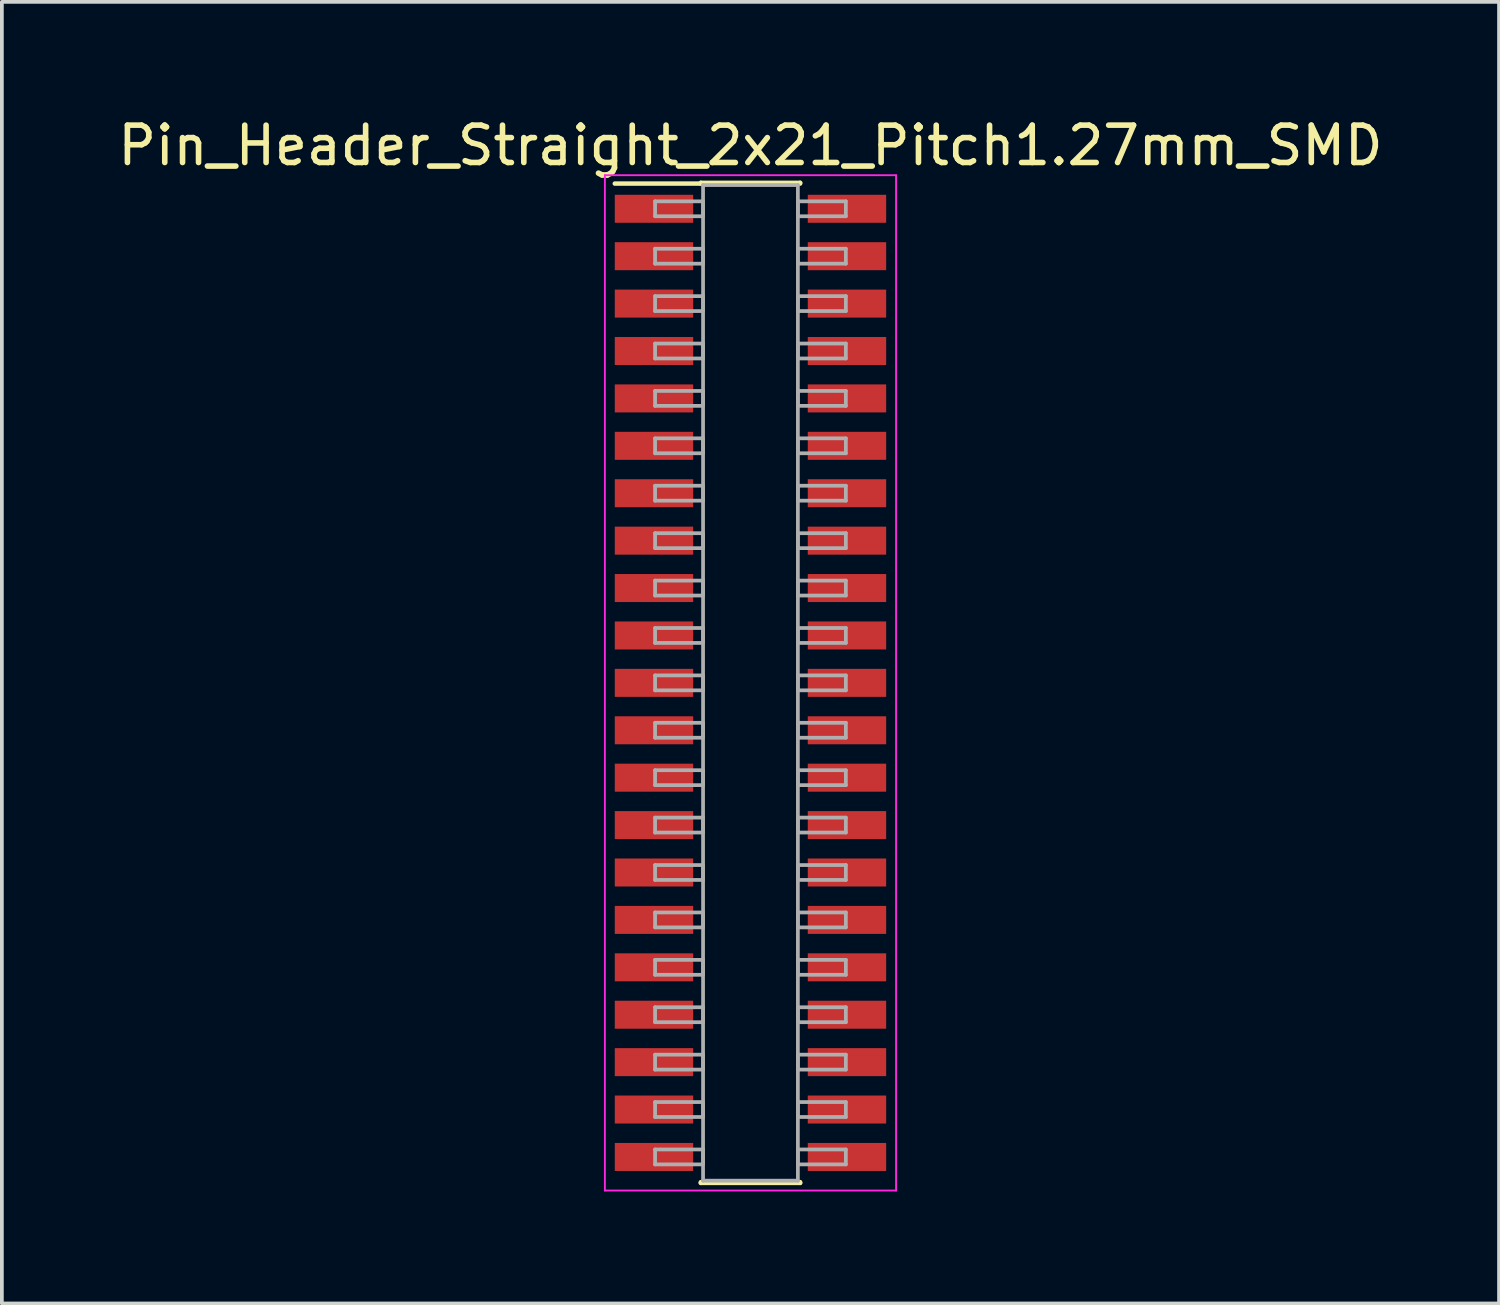
<source format=kicad_pcb>
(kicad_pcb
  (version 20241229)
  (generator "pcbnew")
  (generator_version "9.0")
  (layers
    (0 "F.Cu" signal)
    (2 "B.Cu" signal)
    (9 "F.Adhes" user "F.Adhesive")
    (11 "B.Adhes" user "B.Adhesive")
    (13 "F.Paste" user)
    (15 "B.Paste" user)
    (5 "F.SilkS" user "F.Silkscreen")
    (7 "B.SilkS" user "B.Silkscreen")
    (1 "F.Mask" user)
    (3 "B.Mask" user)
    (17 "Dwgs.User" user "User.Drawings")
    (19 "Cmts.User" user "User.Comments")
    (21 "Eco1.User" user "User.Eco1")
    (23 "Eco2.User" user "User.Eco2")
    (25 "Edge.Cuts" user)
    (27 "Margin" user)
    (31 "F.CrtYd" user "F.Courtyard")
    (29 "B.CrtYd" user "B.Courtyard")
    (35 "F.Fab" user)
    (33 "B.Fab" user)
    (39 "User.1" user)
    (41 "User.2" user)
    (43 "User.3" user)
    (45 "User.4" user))
  (footprint "Pin_Header_Straight_2x21_Pitch1.27mm_SMD"
    (layer "F.Cu")
    (at 17.054 15.243)
    (property "Reference" "Pin_Header_Straight_2x21_Pitch1.27mm_SMD" (at 0 -14.395 0) (layer "F.SilkS") (effects (font (size 1 1) (thickness 0.15))))
    (attr smd)
    (fp_line (start -3.635 -13.375) (end -1.33 -13.375) (stroke (width 0.12) (type solid)) (layer "F.SilkS"))
    (fp_line (start -1.33 -13.395) (end 1.33 -13.395) (stroke (width 0.12) (type solid)) (layer "F.SilkS"))
    (fp_line (start -1.33 -13.375) (end -1.33 -13.395) (stroke (width 0.12) (type solid)) (layer "F.SilkS"))
    (fp_line (start -1.33 13.375) (end -1.33 13.395) (stroke (width 0.12) (type solid)) (layer "F.SilkS"))
    (fp_line (start -1.33 13.395) (end 1.33 13.395) (stroke (width 0.12) (type solid)) (layer "F.SilkS"))
    (fp_line (start 1.33 -13.395) (end 1.33 -13.375) (stroke (width 0.12) (type solid)) (layer "F.SilkS"))
    (fp_line (start 1.33 13.395) (end 1.33 13.375) (stroke (width 0.12) (type solid)) (layer "F.SilkS"))
    (fp_line (start -3.9 -13.6) (end -3.9 13.6) (stroke (width 0.05) (type solid)) (layer "F.CrtYd"))
    (fp_line (start -3.9 13.6) (end 3.9 13.6) (stroke (width 0.05) (type solid)) (layer "F.CrtYd"))
    (fp_line (start 3.9 -13.6) (end -3.9 -13.6) (stroke (width 0.05) (type solid)) (layer "F.CrtYd"))
    (fp_line (start 3.9 13.6) (end 3.9 -13.6) (stroke (width 0.05) (type solid)) (layer "F.CrtYd"))
    (fp_line (start -2.555 -12.9) (end -1.27 -12.9) (stroke (width 0.1) (type solid)) (layer "F.Fab"))
    (fp_line (start -2.555 -12.5) (end -2.555 -12.9) (stroke (width 0.1) (type solid)) (layer "F.Fab"))
    (fp_line (start -2.555 -11.63) (end -1.27 -11.63) (stroke (width 0.1) (type solid)) (layer "F.Fab"))
    (fp_line (start -2.555 -11.23) (end -2.555 -11.63) (stroke (width 0.1) (type solid)) (layer "F.Fab"))
    (fp_line (start -2.555 -10.36) (end -1.27 -10.36) (stroke (width 0.1) (type solid)) (layer "F.Fab"))
    (fp_line (start -2.555 -9.96) (end -2.555 -10.36) (stroke (width 0.1) (type solid)) (layer "F.Fab"))
    (fp_line (start -2.555 -9.09) (end -1.27 -9.09) (stroke (width 0.1) (type solid)) (layer "F.Fab"))
    (fp_line (start -2.555 -8.69) (end -2.555 -9.09) (stroke (width 0.1) (type solid)) (layer "F.Fab"))
    (fp_line (start -2.555 -7.82) (end -1.27 -7.82) (stroke (width 0.1) (type solid)) (layer "F.Fab"))
    (fp_line (start -2.555 -7.42) (end -2.555 -7.82) (stroke (width 0.1) (type solid)) (layer "F.Fab"))
    (fp_line (start -2.555 -6.55) (end -1.27 -6.55) (stroke (width 0.1) (type solid)) (layer "F.Fab"))
    (fp_line (start -2.555 -6.15) (end -2.555 -6.55) (stroke (width 0.1) (type solid)) (layer "F.Fab"))
    (fp_line (start -2.555 -5.28) (end -1.27 -5.28) (stroke (width 0.1) (type solid)) (layer "F.Fab"))
    (fp_line (start -2.555 -4.88) (end -2.555 -5.28) (stroke (width 0.1) (type solid)) (layer "F.Fab"))
    (fp_line (start -2.555 -4.01) (end -1.27 -4.01) (stroke (width 0.1) (type solid)) (layer "F.Fab"))
    (fp_line (start -2.555 -3.61) (end -2.555 -4.01) (stroke (width 0.1) (type solid)) (layer "F.Fab"))
    (fp_line (start -2.555 -2.74) (end -1.27 -2.74) (stroke (width 0.1) (type solid)) (layer "F.Fab"))
    (fp_line (start -2.555 -2.34) (end -2.555 -2.74) (stroke (width 0.1) (type solid)) (layer "F.Fab"))
    (fp_line (start -2.555 -1.47) (end -1.27 -1.47) (stroke (width 0.1) (type solid)) (layer "F.Fab"))
    (fp_line (start -2.555 -1.07) (end -2.555 -1.47) (stroke (width 0.1) (type solid)) (layer "F.Fab"))
    (fp_line (start -2.555 -0.2) (end -1.27 -0.2) (stroke (width 0.1) (type solid)) (layer "F.Fab"))
    (fp_line (start -2.555 0.2) (end -2.555 -0.2) (stroke (width 0.1) (type solid)) (layer "F.Fab"))
    (fp_line (start -2.555 1.07) (end -1.27 1.07) (stroke (width 0.1) (type solid)) (layer "F.Fab"))
    (fp_line (start -2.555 1.47) (end -2.555 1.07) (stroke (width 0.1) (type solid)) (layer "F.Fab"))
    (fp_line (start -2.555 2.34) (end -1.27 2.34) (stroke (width 0.1) (type solid)) (layer "F.Fab"))
    (fp_line (start -2.555 2.74) (end -2.555 2.34) (stroke (width 0.1) (type solid)) (layer "F.Fab"))
    (fp_line (start -2.555 3.61) (end -1.27 3.61) (stroke (width 0.1) (type solid)) (layer "F.Fab"))
    (fp_line (start -2.555 4.01) (end -2.555 3.61) (stroke (width 0.1) (type solid)) (layer "F.Fab"))
    (fp_line (start -2.555 4.88) (end -1.27 4.88) (stroke (width 0.1) (type solid)) (layer "F.Fab"))
    (fp_line (start -2.555 5.28) (end -2.555 4.88) (stroke (width 0.1) (type solid)) (layer "F.Fab"))
    (fp_line (start -2.555 6.15) (end -1.27 6.15) (stroke (width 0.1) (type solid)) (layer "F.Fab"))
    (fp_line (start -2.555 6.55) (end -2.555 6.15) (stroke (width 0.1) (type solid)) (layer "F.Fab"))
    (fp_line (start -2.555 7.42) (end -1.27 7.42) (stroke (width 0.1) (type solid)) (layer "F.Fab"))
    (fp_line (start -2.555 7.82) (end -2.555 7.42) (stroke (width 0.1) (type solid)) (layer "F.Fab"))
    (fp_line (start -2.555 8.69) (end -1.27 8.69) (stroke (width 0.1) (type solid)) (layer "F.Fab"))
    (fp_line (start -2.555 9.09) (end -2.555 8.69) (stroke (width 0.1) (type solid)) (layer "F.Fab"))
    (fp_line (start -2.555 9.96) (end -1.27 9.96) (stroke (width 0.1) (type solid)) (layer "F.Fab"))
    (fp_line (start -2.555 10.36) (end -2.555 9.96) (stroke (width 0.1) (type solid)) (layer "F.Fab"))
    (fp_line (start -2.555 11.23) (end -1.27 11.23) (stroke (width 0.1) (type solid)) (layer "F.Fab"))
    (fp_line (start -2.555 11.63) (end -2.555 11.23) (stroke (width 0.1) (type solid)) (layer "F.Fab"))
    (fp_line (start -2.555 12.5) (end -1.27 12.5) (stroke (width 0.1) (type solid)) (layer "F.Fab"))
    (fp_line (start -2.555 12.9) (end -2.555 12.5) (stroke (width 0.1) (type solid)) (layer "F.Fab"))
    (fp_line (start -1.27 -13.335) (end -1.27 13.335) (stroke (width 0.1) (type solid)) (layer "F.Fab"))
    (fp_line (start -1.27 -12.9) (end -1.27 -12.5) (stroke (width 0.1) (type solid)) (layer "F.Fab"))
    (fp_line (start -1.27 -12.5) (end -2.555 -12.5) (stroke (width 0.1) (type solid)) (layer "F.Fab"))
    (fp_line (start -1.27 -11.63) (end -1.27 -11.23) (stroke (width 0.1) (type solid)) (layer "F.Fab"))
    (fp_line (start -1.27 -11.23) (end -2.555 -11.23) (stroke (width 0.1) (type solid)) (layer "F.Fab"))
    (fp_line (start -1.27 -10.36) (end -1.27 -9.96) (stroke (width 0.1) (type solid)) (layer "F.Fab"))
    (fp_line (start -1.27 -9.96) (end -2.555 -9.96) (stroke (width 0.1) (type solid)) (layer "F.Fab"))
    (fp_line (start -1.27 -9.09) (end -1.27 -8.69) (stroke (width 0.1) (type solid)) (layer "F.Fab"))
    (fp_line (start -1.27 -8.69) (end -2.555 -8.69) (stroke (width 0.1) (type solid)) (layer "F.Fab"))
    (fp_line (start -1.27 -7.82) (end -1.27 -7.42) (stroke (width 0.1) (type solid)) (layer "F.Fab"))
    (fp_line (start -1.27 -7.42) (end -2.555 -7.42) (stroke (width 0.1) (type solid)) (layer "F.Fab"))
    (fp_line (start -1.27 -6.55) (end -1.27 -6.15) (stroke (width 0.1) (type solid)) (layer "F.Fab"))
    (fp_line (start -1.27 -6.15) (end -2.555 -6.15) (stroke (width 0.1) (type solid)) (layer "F.Fab"))
    (fp_line (start -1.27 -5.28) (end -1.27 -4.88) (stroke (width 0.1) (type solid)) (layer "F.Fab"))
    (fp_line (start -1.27 -4.88) (end -2.555 -4.88) (stroke (width 0.1) (type solid)) (layer "F.Fab"))
    (fp_line (start -1.27 -4.01) (end -1.27 -3.61) (stroke (width 0.1) (type solid)) (layer "F.Fab"))
    (fp_line (start -1.27 -3.61) (end -2.555 -3.61) (stroke (width 0.1) (type solid)) (layer "F.Fab"))
    (fp_line (start -1.27 -2.74) (end -1.27 -2.34) (stroke (width 0.1) (type solid)) (layer "F.Fab"))
    (fp_line (start -1.27 -2.34) (end -2.555 -2.34) (stroke (width 0.1) (type solid)) (layer "F.Fab"))
    (fp_line (start -1.27 -1.47) (end -1.27 -1.07) (stroke (width 0.1) (type solid)) (layer "F.Fab"))
    (fp_line (start -1.27 -1.07) (end -2.555 -1.07) (stroke (width 0.1) (type solid)) (layer "F.Fab"))
    (fp_line (start -1.27 -0.2) (end -1.27 0.2) (stroke (width 0.1) (type solid)) (layer "F.Fab"))
    (fp_line (start -1.27 0.2) (end -2.555 0.2) (stroke (width 0.1) (type solid)) (layer "F.Fab"))
    (fp_line (start -1.27 1.07) (end -1.27 1.47) (stroke (width 0.1) (type solid)) (layer "F.Fab"))
    (fp_line (start -1.27 1.47) (end -2.555 1.47) (stroke (width 0.1) (type solid)) (layer "F.Fab"))
    (fp_line (start -1.27 2.34) (end -1.27 2.74) (stroke (width 0.1) (type solid)) (layer "F.Fab"))
    (fp_line (start -1.27 2.74) (end -2.555 2.74) (stroke (width 0.1) (type solid)) (layer "F.Fab"))
    (fp_line (start -1.27 3.61) (end -1.27 4.01) (stroke (width 0.1) (type solid)) (layer "F.Fab"))
    (fp_line (start -1.27 4.01) (end -2.555 4.01) (stroke (width 0.1) (type solid)) (layer "F.Fab"))
    (fp_line (start -1.27 4.88) (end -1.27 5.28) (stroke (width 0.1) (type solid)) (layer "F.Fab"))
    (fp_line (start -1.27 5.28) (end -2.555 5.28) (stroke (width 0.1) (type solid)) (layer "F.Fab"))
    (fp_line (start -1.27 6.15) (end -1.27 6.55) (stroke (width 0.1) (type solid)) (layer "F.Fab"))
    (fp_line (start -1.27 6.55) (end -2.555 6.55) (stroke (width 0.1) (type solid)) (layer "F.Fab"))
    (fp_line (start -1.27 7.42) (end -1.27 7.82) (stroke (width 0.1) (type solid)) (layer "F.Fab"))
    (fp_line (start -1.27 7.82) (end -2.555 7.82) (stroke (width 0.1) (type solid)) (layer "F.Fab"))
    (fp_line (start -1.27 8.69) (end -1.27 9.09) (stroke (width 0.1) (type solid)) (layer "F.Fab"))
    (fp_line (start -1.27 9.09) (end -2.555 9.09) (stroke (width 0.1) (type solid)) (layer "F.Fab"))
    (fp_line (start -1.27 9.96) (end -1.27 10.36) (stroke (width 0.1) (type solid)) (layer "F.Fab"))
    (fp_line (start -1.27 10.36) (end -2.555 10.36) (stroke (width 0.1) (type solid)) (layer "F.Fab"))
    (fp_line (start -1.27 11.23) (end -1.27 11.63) (stroke (width 0.1) (type solid)) (layer "F.Fab"))
    (fp_line (start -1.27 11.63) (end -2.555 11.63) (stroke (width 0.1) (type solid)) (layer "F.Fab"))
    (fp_line (start -1.27 12.5) (end -1.27 12.9) (stroke (width 0.1) (type solid)) (layer "F.Fab"))
    (fp_line (start -1.27 12.9) (end -2.555 12.9) (stroke (width 0.1) (type solid)) (layer "F.Fab"))
    (fp_line (start -1.27 13.335) (end 1.27 13.335) (stroke (width 0.1) (type solid)) (layer "F.Fab"))
    (fp_line (start 1.27 -13.335) (end -1.27 -13.335) (stroke (width 0.1) (type solid)) (layer "F.Fab"))
    (fp_line (start 1.27 -12.9) (end 1.27 -12.5) (stroke (width 0.1) (type solid)) (layer "F.Fab"))
    (fp_line (start 1.27 -12.5) (end 2.555 -12.5) (stroke (width 0.1) (type solid)) (layer "F.Fab"))
    (fp_line (start 1.27 -11.63) (end 1.27 -11.23) (stroke (width 0.1) (type solid)) (layer "F.Fab"))
    (fp_line (start 1.27 -11.23) (end 2.555 -11.23) (stroke (width 0.1) (type solid)) (layer "F.Fab"))
    (fp_line (start 1.27 -10.36) (end 1.27 -9.96) (stroke (width 0.1) (type solid)) (layer "F.Fab"))
    (fp_line (start 1.27 -9.96) (end 2.555 -9.96) (stroke (width 0.1) (type solid)) (layer "F.Fab"))
    (fp_line (start 1.27 -9.09) (end 1.27 -8.69) (stroke (width 0.1) (type solid)) (layer "F.Fab"))
    (fp_line (start 1.27 -8.69) (end 2.555 -8.69) (stroke (width 0.1) (type solid)) (layer "F.Fab"))
    (fp_line (start 1.27 -7.82) (end 1.27 -7.42) (stroke (width 0.1) (type solid)) (layer "F.Fab"))
    (fp_line (start 1.27 -7.42) (end 2.555 -7.42) (stroke (width 0.1) (type solid)) (layer "F.Fab"))
    (fp_line (start 1.27 -6.55) (end 1.27 -6.15) (stroke (width 0.1) (type solid)) (layer "F.Fab"))
    (fp_line (start 1.27 -6.15) (end 2.555 -6.15) (stroke (width 0.1) (type solid)) (layer "F.Fab"))
    (fp_line (start 1.27 -5.28) (end 1.27 -4.88) (stroke (width 0.1) (type solid)) (layer "F.Fab"))
    (fp_line (start 1.27 -4.88) (end 2.555 -4.88) (stroke (width 0.1) (type solid)) (layer "F.Fab"))
    (fp_line (start 1.27 -4.01) (end 1.27 -3.61) (stroke (width 0.1) (type solid)) (layer "F.Fab"))
    (fp_line (start 1.27 -3.61) (end 2.555 -3.61) (stroke (width 0.1) (type solid)) (layer "F.Fab"))
    (fp_line (start 1.27 -2.74) (end 1.27 -2.34) (stroke (width 0.1) (type solid)) (layer "F.Fab"))
    (fp_line (start 1.27 -2.34) (end 2.555 -2.34) (stroke (width 0.1) (type solid)) (layer "F.Fab"))
    (fp_line (start 1.27 -1.47) (end 1.27 -1.07) (stroke (width 0.1) (type solid)) (layer "F.Fab"))
    (fp_line (start 1.27 -1.07) (end 2.555 -1.07) (stroke (width 0.1) (type solid)) (layer "F.Fab"))
    (fp_line (start 1.27 -0.2) (end 1.27 0.2) (stroke (width 0.1) (type solid)) (layer "F.Fab"))
    (fp_line (start 1.27 0.2) (end 2.555 0.2) (stroke (width 0.1) (type solid)) (layer "F.Fab"))
    (fp_line (start 1.27 1.07) (end 1.27 1.47) (stroke (width 0.1) (type solid)) (layer "F.Fab"))
    (fp_line (start 1.27 1.47) (end 2.555 1.47) (stroke (width 0.1) (type solid)) (layer "F.Fab"))
    (fp_line (start 1.27 2.34) (end 1.27 2.74) (stroke (width 0.1) (type solid)) (layer "F.Fab"))
    (fp_line (start 1.27 2.74) (end 2.555 2.74) (stroke (width 0.1) (type solid)) (layer "F.Fab"))
    (fp_line (start 1.27 3.61) (end 1.27 4.01) (stroke (width 0.1) (type solid)) (layer "F.Fab"))
    (fp_line (start 1.27 4.01) (end 2.555 4.01) (stroke (width 0.1) (type solid)) (layer "F.Fab"))
    (fp_line (start 1.27 4.88) (end 1.27 5.28) (stroke (width 0.1) (type solid)) (layer "F.Fab"))
    (fp_line (start 1.27 5.28) (end 2.555 5.28) (stroke (width 0.1) (type solid)) (layer "F.Fab"))
    (fp_line (start 1.27 6.15) (end 1.27 6.55) (stroke (width 0.1) (type solid)) (layer "F.Fab"))
    (fp_line (start 1.27 6.55) (end 2.555 6.55) (stroke (width 0.1) (type solid)) (layer "F.Fab"))
    (fp_line (start 1.27 7.42) (end 1.27 7.82) (stroke (width 0.1) (type solid)) (layer "F.Fab"))
    (fp_line (start 1.27 7.82) (end 2.555 7.82) (stroke (width 0.1) (type solid)) (layer "F.Fab"))
    (fp_line (start 1.27 8.69) (end 1.27 9.09) (stroke (width 0.1) (type solid)) (layer "F.Fab"))
    (fp_line (start 1.27 9.09) (end 2.555 9.09) (stroke (width 0.1) (type solid)) (layer "F.Fab"))
    (fp_line (start 1.27 9.96) (end 1.27 10.36) (stroke (width 0.1) (type solid)) (layer "F.Fab"))
    (fp_line (start 1.27 10.36) (end 2.555 10.36) (stroke (width 0.1) (type solid)) (layer "F.Fab"))
    (fp_line (start 1.27 11.23) (end 1.27 11.63) (stroke (width 0.1) (type solid)) (layer "F.Fab"))
    (fp_line (start 1.27 11.63) (end 2.555 11.63) (stroke (width 0.1) (type solid)) (layer "F.Fab"))
    (fp_line (start 1.27 12.5) (end 1.27 12.9) (stroke (width 0.1) (type solid)) (layer "F.Fab"))
    (fp_line (start 1.27 12.9) (end 2.555 12.9) (stroke (width 0.1) (type solid)) (layer "F.Fab"))
    (fp_line (start 1.27 13.335) (end 1.27 -13.335) (stroke (width 0.1) (type solid)) (layer "F.Fab"))
    (fp_line (start 2.555 -12.9) (end 1.27 -12.9) (stroke (width 0.1) (type solid)) (layer "F.Fab"))
    (fp_line (start 2.555 -12.5) (end 2.555 -12.9) (stroke (width 0.1) (type solid)) (layer "F.Fab"))
    (fp_line (start 2.555 -11.63) (end 1.27 -11.63) (stroke (width 0.1) (type solid)) (layer "F.Fab"))
    (fp_line (start 2.555 -11.23) (end 2.555 -11.63) (stroke (width 0.1) (type solid)) (layer "F.Fab"))
    (fp_line (start 2.555 -10.36) (end 1.27 -10.36) (stroke (width 0.1) (type solid)) (layer "F.Fab"))
    (fp_line (start 2.555 -9.96) (end 2.555 -10.36) (stroke (width 0.1) (type solid)) (layer "F.Fab"))
    (fp_line (start 2.555 -9.09) (end 1.27 -9.09) (stroke (width 0.1) (type solid)) (layer "F.Fab"))
    (fp_line (start 2.555 -8.69) (end 2.555 -9.09) (stroke (width 0.1) (type solid)) (layer "F.Fab"))
    (fp_line (start 2.555 -7.82) (end 1.27 -7.82) (stroke (width 0.1) (type solid)) (layer "F.Fab"))
    (fp_line (start 2.555 -7.42) (end 2.555 -7.82) (stroke (width 0.1) (type solid)) (layer "F.Fab"))
    (fp_line (start 2.555 -6.55) (end 1.27 -6.55) (stroke (width 0.1) (type solid)) (layer "F.Fab"))
    (fp_line (start 2.555 -6.15) (end 2.555 -6.55) (stroke (width 0.1) (type solid)) (layer "F.Fab"))
    (fp_line (start 2.555 -5.28) (end 1.27 -5.28) (stroke (width 0.1) (type solid)) (layer "F.Fab"))
    (fp_line (start 2.555 -4.88) (end 2.555 -5.28) (stroke (width 0.1) (type solid)) (layer "F.Fab"))
    (fp_line (start 2.555 -4.01) (end 1.27 -4.01) (stroke (width 0.1) (type solid)) (layer "F.Fab"))
    (fp_line (start 2.555 -3.61) (end 2.555 -4.01) (stroke (width 0.1) (type solid)) (layer "F.Fab"))
    (fp_line (start 2.555 -2.74) (end 1.27 -2.74) (stroke (width 0.1) (type solid)) (layer "F.Fab"))
    (fp_line (start 2.555 -2.34) (end 2.555 -2.74) (stroke (width 0.1) (type solid)) (layer "F.Fab"))
    (fp_line (start 2.555 -1.47) (end 1.27 -1.47) (stroke (width 0.1) (type solid)) (layer "F.Fab"))
    (fp_line (start 2.555 -1.07) (end 2.555 -1.47) (stroke (width 0.1) (type solid)) (layer "F.Fab"))
    (fp_line (start 2.555 -0.2) (end 1.27 -0.2) (stroke (width 0.1) (type solid)) (layer "F.Fab"))
    (fp_line (start 2.555 0.2) (end 2.555 -0.2) (stroke (width 0.1) (type solid)) (layer "F.Fab"))
    (fp_line (start 2.555 1.07) (end 1.27 1.07) (stroke (width 0.1) (type solid)) (layer "F.Fab"))
    (fp_line (start 2.555 1.47) (end 2.555 1.07) (stroke (width 0.1) (type solid)) (layer "F.Fab"))
    (fp_line (start 2.555 2.34) (end 1.27 2.34) (stroke (width 0.1) (type solid)) (layer "F.Fab"))
    (fp_line (start 2.555 2.74) (end 2.555 2.34) (stroke (width 0.1) (type solid)) (layer "F.Fab"))
    (fp_line (start 2.555 3.61) (end 1.27 3.61) (stroke (width 0.1) (type solid)) (layer "F.Fab"))
    (fp_line (start 2.555 4.01) (end 2.555 3.61) (stroke (width 0.1) (type solid)) (layer "F.Fab"))
    (fp_line (start 2.555 4.88) (end 1.27 4.88) (stroke (width 0.1) (type solid)) (layer "F.Fab"))
    (fp_line (start 2.555 5.28) (end 2.555 4.88) (stroke (width 0.1) (type solid)) (layer "F.Fab"))
    (fp_line (start 2.555 6.15) (end 1.27 6.15) (stroke (width 0.1) (type solid)) (layer "F.Fab"))
    (fp_line (start 2.555 6.55) (end 2.555 6.15) (stroke (width 0.1) (type solid)) (layer "F.Fab"))
    (fp_line (start 2.555 7.42) (end 1.27 7.42) (stroke (width 0.1) (type solid)) (layer "F.Fab"))
    (fp_line (start 2.555 7.82) (end 2.555 7.42) (stroke (width 0.1) (type solid)) (layer "F.Fab"))
    (fp_line (start 2.555 8.69) (end 1.27 8.69) (stroke (width 0.1) (type solid)) (layer "F.Fab"))
    (fp_line (start 2.555 9.09) (end 2.555 8.69) (stroke (width 0.1) (type solid)) (layer "F.Fab"))
    (fp_line (start 2.555 9.96) (end 1.27 9.96) (stroke (width 0.1) (type solid)) (layer "F.Fab"))
    (fp_line (start 2.555 10.36) (end 2.555 9.96) (stroke (width 0.1) (type solid)) (layer "F.Fab"))
    (fp_line (start 2.555 11.23) (end 1.27 11.23) (stroke (width 0.1) (type solid)) (layer "F.Fab"))
    (fp_line (start 2.555 11.63) (end 2.555 11.23) (stroke (width 0.1) (type solid)) (layer "F.Fab"))
    (fp_line (start 2.555 12.5) (end 1.27 12.5) (stroke (width 0.1) (type solid)) (layer "F.Fab"))
    (fp_line (start 2.555 12.9) (end 2.555 12.5) (stroke (width 0.1) (type solid)) (layer "F.Fab"))
    (pad "1" smd rect (at -2.585 -12.7) (size 2.1 0.75) (layers "F.Cu" "F.Mask"))
    (pad "2" smd rect (at 2.585 -12.7) (size 2.1 0.75) (layers "F.Cu" "F.Mask"))
    (pad "3" smd rect (at -2.585 -11.43) (size 2.1 0.75) (layers "F.Cu" "F.Mask"))
    (pad "4" smd rect (at 2.585 -11.43) (size 2.1 0.75) (layers "F.Cu" "F.Mask"))
    (pad "5" smd rect (at -2.585 -10.16) (size 2.1 0.75) (layers "F.Cu" "F.Mask"))
    (pad "6" smd rect (at 2.585 -10.16) (size 2.1 0.75) (layers "F.Cu" "F.Mask"))
    (pad "7" smd rect (at -2.585 -8.89) (size 2.1 0.75) (layers "F.Cu" "F.Mask"))
    (pad "8" smd rect (at 2.585 -8.89) (size 2.1 0.75) (layers "F.Cu" "F.Mask"))
    (pad "9" smd rect (at -2.585 -7.62) (size 2.1 0.75) (layers "F.Cu" "F.Mask"))
    (pad "10" smd rect (at 2.585 -7.62) (size 2.1 0.75) (layers "F.Cu" "F.Mask"))
    (pad "11" smd rect (at -2.585 -6.35) (size 2.1 0.75) (layers "F.Cu" "F.Mask"))
    (pad "12" smd rect (at 2.585 -6.35) (size 2.1 0.75) (layers "F.Cu" "F.Mask"))
    (pad "13" smd rect (at -2.585 -5.08) (size 2.1 0.75) (layers "F.Cu" "F.Mask"))
    (pad "14" smd rect (at 2.585 -5.08) (size 2.1 0.75) (layers "F.Cu" "F.Mask"))
    (pad "15" smd rect (at -2.585 -3.81) (size 2.1 0.75) (layers "F.Cu" "F.Mask"))
    (pad "16" smd rect (at 2.585 -3.81) (size 2.1 0.75) (layers "F.Cu" "F.Mask"))
    (pad "17" smd rect (at -2.585 -2.54) (size 2.1 0.75) (layers "F.Cu" "F.Mask"))
    (pad "18" smd rect (at 2.585 -2.54) (size 2.1 0.75) (layers "F.Cu" "F.Mask"))
    (pad "19" smd rect (at -2.585 -1.27) (size 2.1 0.75) (layers "F.Cu" "F.Mask"))
    (pad "20" smd rect (at 2.585 -1.27) (size 2.1 0.75) (layers "F.Cu" "F.Mask"))
    (pad "21" smd rect (at -2.585 0) (size 2.1 0.75) (layers "F.Cu" "F.Mask"))
    (pad "22" smd rect (at 2.585 0) (size 2.1 0.75) (layers "F.Cu" "F.Mask"))
    (pad "23" smd rect (at -2.585 1.27) (size 2.1 0.75) (layers "F.Cu" "F.Mask"))
    (pad "24" smd rect (at 2.585 1.27) (size 2.1 0.75) (layers "F.Cu" "F.Mask"))
    (pad "25" smd rect (at -2.585 2.54) (size 2.1 0.75) (layers "F.Cu" "F.Mask"))
    (pad "26" smd rect (at 2.585 2.54) (size 2.1 0.75) (layers "F.Cu" "F.Mask"))
    (pad "27" smd rect (at -2.585 3.81) (size 2.1 0.75) (layers "F.Cu" "F.Mask"))
    (pad "28" smd rect (at 2.585 3.81) (size 2.1 0.75) (layers "F.Cu" "F.Mask"))
    (pad "29" smd rect (at -2.585 5.08) (size 2.1 0.75) (layers "F.Cu" "F.Mask"))
    (pad "30" smd rect (at 2.585 5.08) (size 2.1 0.75) (layers "F.Cu" "F.Mask"))
    (pad "31" smd rect (at -2.585 6.35) (size 2.1 0.75) (layers "F.Cu" "F.Mask"))
    (pad "32" smd rect (at 2.585 6.35) (size 2.1 0.75) (layers "F.Cu" "F.Mask"))
    (pad "33" smd rect (at -2.585 7.62) (size 2.1 0.75) (layers "F.Cu" "F.Mask"))
    (pad "34" smd rect (at 2.585 7.62) (size 2.1 0.75) (layers "F.Cu" "F.Mask"))
    (pad "35" smd rect (at -2.585 8.89) (size 2.1 0.75) (layers "F.Cu" "F.Mask"))
    (pad "36" smd rect (at 2.585 8.89) (size 2.1 0.75) (layers "F.Cu" "F.Mask"))
    (pad "37" smd rect (at -2.585 10.16) (size 2.1 0.75) (layers "F.Cu" "F.Mask"))
    (pad "38" smd rect (at 2.585 10.16) (size 2.1 0.75) (layers "F.Cu" "F.Mask"))
    (pad "39" smd rect (at -2.585 11.43) (size 2.1 0.75) (layers "F.Cu" "F.Mask"))
    (pad "40" smd rect (at 2.585 11.43) (size 2.1 0.75) (layers "F.Cu" "F.Mask"))
    (pad "41" smd rect (at -2.585 12.7) (size 2.1 0.75) (layers "F.Cu" "F.Mask"))
    (pad "42" smd rect (at 2.585 12.7) (size 2.1 0.75) (layers "F.Cu" "F.Mask")))
  (gr_rect
    (start -3 -3)
    (end 37.107 31.868)
    (stroke (width 0.1) (type default))
    (fill no)
    (layer "Edge.Cuts")))
</source>
